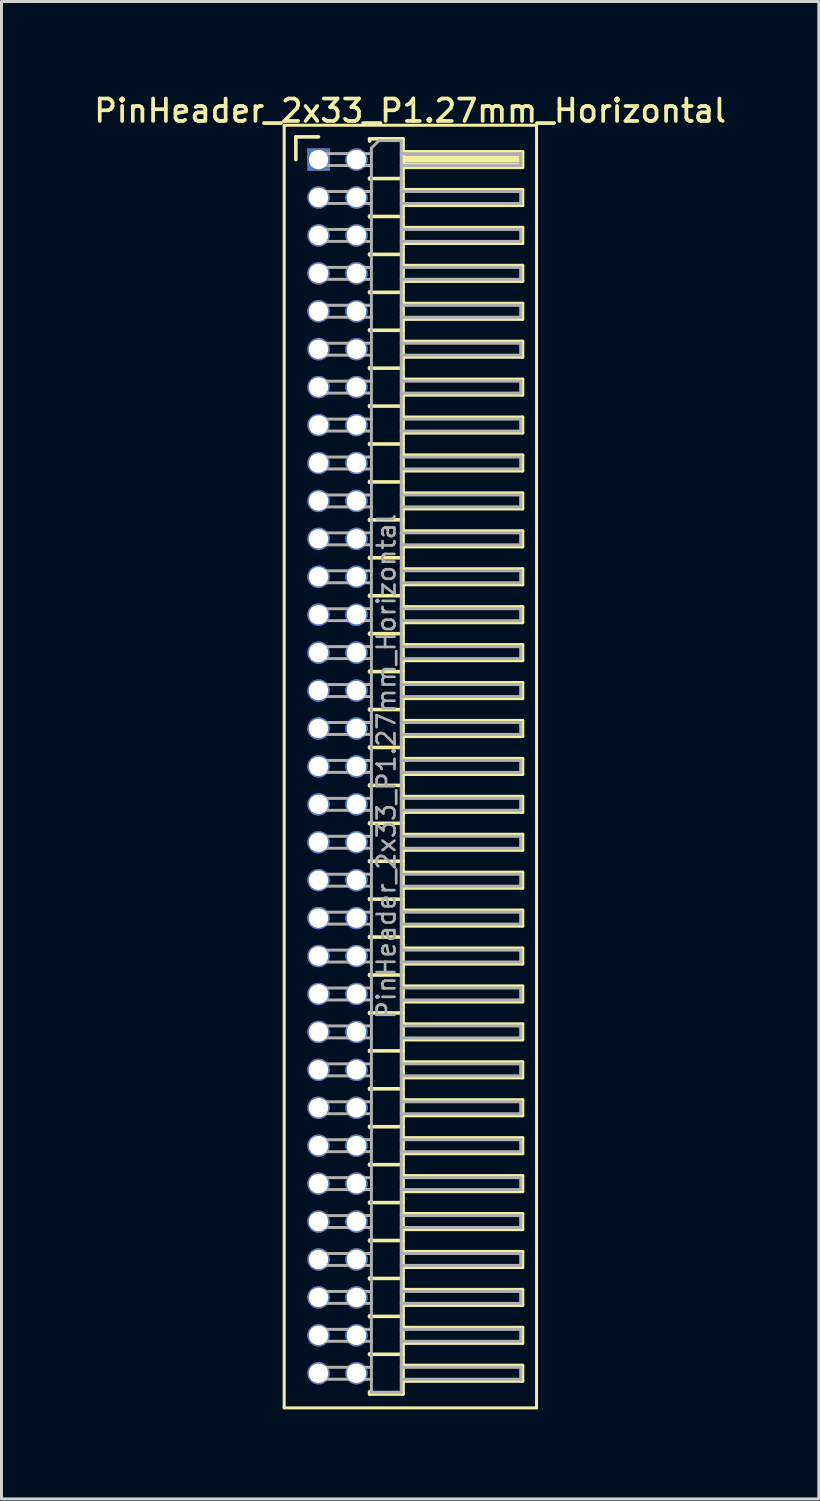
<source format=kicad_pcb>
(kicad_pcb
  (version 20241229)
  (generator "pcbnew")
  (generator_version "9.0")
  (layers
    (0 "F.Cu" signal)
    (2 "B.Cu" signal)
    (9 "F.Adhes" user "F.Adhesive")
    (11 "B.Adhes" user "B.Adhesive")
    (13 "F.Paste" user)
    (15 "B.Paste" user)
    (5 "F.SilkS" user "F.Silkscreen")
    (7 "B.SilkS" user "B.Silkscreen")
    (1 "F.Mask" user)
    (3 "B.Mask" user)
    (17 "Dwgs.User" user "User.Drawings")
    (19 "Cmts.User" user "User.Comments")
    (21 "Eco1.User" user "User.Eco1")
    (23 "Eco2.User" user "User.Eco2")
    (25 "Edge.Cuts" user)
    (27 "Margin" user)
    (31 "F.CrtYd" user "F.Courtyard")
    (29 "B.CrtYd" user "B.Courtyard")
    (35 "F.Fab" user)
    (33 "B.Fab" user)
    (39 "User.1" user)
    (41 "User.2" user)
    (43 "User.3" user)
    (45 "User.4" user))
  (footprint "PinHeader_2x33_P1.27mm_Horizontal"
    (layer "F.Cu")
    (at 7.616 2.293)
    (property "Reference" "PinHeader_2x33_P1.27mm_Horizontal" (at 3.067 -1.635 0) (layer "F.SilkS") (effects (font (size 0.75 0.75) (thickness 0.125))))
    (attr through_hole)
    (fp_line (start -1.15 -1.15) (end -1.15 41.8) (stroke (width 0.1) (type solid)) (layer "F.SilkS"))
    (fp_line (start -1.15 41.8) (end 7.3 41.8) (stroke (width 0.1) (type solid)) (layer "F.SilkS"))
    (fp_line (start -0.76 -0.76) (end 0 -0.76) (stroke (width 0.12) (type solid)) (layer "F.SilkS"))
    (fp_line (start -0.76 0) (end -0.76 -0.76) (stroke (width 0.12) (type solid)) (layer "F.SilkS"))
    (fp_line (start 1.71 -0.695) (end 2.83 -0.695) (stroke (width 0.12) (type solid)) (layer "F.SilkS"))
    (fp_line (start 1.71 -0.62) (end 1.71 -0.695) (stroke (width 0.12) (type solid)) (layer "F.SilkS"))
    (fp_line (start 1.71 0.62) (end 1.71 0.65) (stroke (width 0.12) (type solid)) (layer "F.SilkS"))
    (fp_line (start 1.71 0.635) (end 2.83 0.635) (stroke (width 0.12) (type solid)) (layer "F.SilkS"))
    (fp_line (start 1.71 1.89) (end 1.71 1.92) (stroke (width 0.12) (type solid)) (layer "F.SilkS"))
    (fp_line (start 1.71 1.905) (end 2.83 1.905) (stroke (width 0.12) (type solid)) (layer "F.SilkS"))
    (fp_line (start 1.71 3.16) (end 1.71 3.19) (stroke (width 0.12) (type solid)) (layer "F.SilkS"))
    (fp_line (start 1.71 3.175) (end 2.83 3.175) (stroke (width 0.12) (type solid)) (layer "F.SilkS"))
    (fp_line (start 1.71 4.43) (end 1.71 4.46) (stroke (width 0.12) (type solid)) (layer "F.SilkS"))
    (fp_line (start 1.71 4.445) (end 2.83 4.445) (stroke (width 0.12) (type solid)) (layer "F.SilkS"))
    (fp_line (start 1.71 5.7) (end 1.71 5.73) (stroke (width 0.12) (type solid)) (layer "F.SilkS"))
    (fp_line (start 1.71 5.715) (end 2.83 5.715) (stroke (width 0.12) (type solid)) (layer "F.SilkS"))
    (fp_line (start 1.71 6.97) (end 1.71 7) (stroke (width 0.12) (type solid)) (layer "F.SilkS"))
    (fp_line (start 1.71 6.985) (end 2.83 6.985) (stroke (width 0.12) (type solid)) (layer "F.SilkS"))
    (fp_line (start 1.71 8.24) (end 1.71 8.27) (stroke (width 0.12) (type solid)) (layer "F.SilkS"))
    (fp_line (start 1.71 8.255) (end 2.83 8.255) (stroke (width 0.12) (type solid)) (layer "F.SilkS"))
    (fp_line (start 1.71 9.51) (end 1.71 9.54) (stroke (width 0.12) (type solid)) (layer "F.SilkS"))
    (fp_line (start 1.71 9.525) (end 2.83 9.525) (stroke (width 0.12) (type solid)) (layer "F.SilkS"))
    (fp_line (start 1.71 10.78) (end 1.71 10.81) (stroke (width 0.12) (type solid)) (layer "F.SilkS"))
    (fp_line (start 1.71 10.795) (end 2.83 10.795) (stroke (width 0.12) (type solid)) (layer "F.SilkS"))
    (fp_line (start 1.71 12.05) (end 1.71 12.08) (stroke (width 0.12) (type solid)) (layer "F.SilkS"))
    (fp_line (start 1.71 12.065) (end 2.83 12.065) (stroke (width 0.12) (type solid)) (layer "F.SilkS"))
    (fp_line (start 1.71 13.32) (end 1.71 13.35) (stroke (width 0.12) (type solid)) (layer "F.SilkS"))
    (fp_line (start 1.71 13.335) (end 2.83 13.335) (stroke (width 0.12) (type solid)) (layer "F.SilkS"))
    (fp_line (start 1.71 14.59) (end 1.71 14.62) (stroke (width 0.12) (type solid)) (layer "F.SilkS"))
    (fp_line (start 1.71 14.605) (end 2.83 14.605) (stroke (width 0.12) (type solid)) (layer "F.SilkS"))
    (fp_line (start 1.71 15.86) (end 1.71 15.89) (stroke (width 0.12) (type solid)) (layer "F.SilkS"))
    (fp_line (start 1.71 15.875) (end 2.83 15.875) (stroke (width 0.12) (type solid)) (layer "F.SilkS"))
    (fp_line (start 1.71 17.13) (end 1.71 17.16) (stroke (width 0.12) (type solid)) (layer "F.SilkS"))
    (fp_line (start 1.71 17.145) (end 2.83 17.145) (stroke (width 0.12) (type solid)) (layer "F.SilkS"))
    (fp_line (start 1.71 18.4) (end 1.71 18.43) (stroke (width 0.12) (type solid)) (layer "F.SilkS"))
    (fp_line (start 1.71 18.415) (end 2.83 18.415) (stroke (width 0.12) (type solid)) (layer "F.SilkS"))
    (fp_line (start 1.71 19.67) (end 1.71 19.7) (stroke (width 0.12) (type solid)) (layer "F.SilkS"))
    (fp_line (start 1.71 19.685) (end 2.83 19.685) (stroke (width 0.12) (type solid)) (layer "F.SilkS"))
    (fp_line (start 1.71 20.94) (end 1.71 20.97) (stroke (width 0.12) (type solid)) (layer "F.SilkS"))
    (fp_line (start 1.71 20.955) (end 2.83 20.955) (stroke (width 0.12) (type solid)) (layer "F.SilkS"))
    (fp_line (start 1.71 22.21) (end 1.71 22.24) (stroke (width 0.12) (type solid)) (layer "F.SilkS"))
    (fp_line (start 1.71 22.225) (end 2.83 22.225) (stroke (width 0.12) (type solid)) (layer "F.SilkS"))
    (fp_line (start 1.71 23.48) (end 1.71 23.51) (stroke (width 0.12) (type solid)) (layer "F.SilkS"))
    (fp_line (start 1.71 23.495) (end 2.83 23.495) (stroke (width 0.12) (type solid)) (layer "F.SilkS"))
    (fp_line (start 1.71 24.75) (end 1.71 24.78) (stroke (width 0.12) (type solid)) (layer "F.SilkS"))
    (fp_line (start 1.71 24.765) (end 2.83 24.765) (stroke (width 0.12) (type solid)) (layer "F.SilkS"))
    (fp_line (start 1.71 26.02) (end 1.71 26.05) (stroke (width 0.12) (type solid)) (layer "F.SilkS"))
    (fp_line (start 1.71 26.035) (end 2.83 26.035) (stroke (width 0.12) (type solid)) (layer "F.SilkS"))
    (fp_line (start 1.71 27.29) (end 1.71 27.32) (stroke (width 0.12) (type solid)) (layer "F.SilkS"))
    (fp_line (start 1.71 27.305) (end 2.83 27.305) (stroke (width 0.12) (type solid)) (layer "F.SilkS"))
    (fp_line (start 1.71 28.56) (end 1.71 28.59) (stroke (width 0.12) (type solid)) (layer "F.SilkS"))
    (fp_line (start 1.71 28.575) (end 2.83 28.575) (stroke (width 0.12) (type solid)) (layer "F.SilkS"))
    (fp_line (start 1.71 29.83) (end 1.71 29.86) (stroke (width 0.12) (type solid)) (layer "F.SilkS"))
    (fp_line (start 1.71 29.845) (end 2.83 29.845) (stroke (width 0.12) (type solid)) (layer "F.SilkS"))
    (fp_line (start 1.71 31.1) (end 1.71 31.13) (stroke (width 0.12) (type solid)) (layer "F.SilkS"))
    (fp_line (start 1.71 31.115) (end 2.83 31.115) (stroke (width 0.12) (type solid)) (layer "F.SilkS"))
    (fp_line (start 1.71 32.37) (end 1.71 32.4) (stroke (width 0.12) (type solid)) (layer "F.SilkS"))
    (fp_line (start 1.71 32.385) (end 2.83 32.385) (stroke (width 0.12) (type solid)) (layer "F.SilkS"))
    (fp_line (start 1.71 33.64) (end 1.71 33.67) (stroke (width 0.12) (type solid)) (layer "F.SilkS"))
    (fp_line (start 1.71 33.655) (end 2.83 33.655) (stroke (width 0.12) (type solid)) (layer "F.SilkS"))
    (fp_line (start 1.71 34.91) (end 1.71 34.94) (stroke (width 0.12) (type solid)) (layer "F.SilkS"))
    (fp_line (start 1.71 34.925) (end 2.83 34.925) (stroke (width 0.12) (type solid)) (layer "F.SilkS"))
    (fp_line (start 1.71 36.18) (end 1.71 36.21) (stroke (width 0.12) (type solid)) (layer "F.SilkS"))
    (fp_line (start 1.71 36.195) (end 2.83 36.195) (stroke (width 0.12) (type solid)) (layer "F.SilkS"))
    (fp_line (start 1.71 37.45) (end 1.71 37.48) (stroke (width 0.12) (type solid)) (layer "F.SilkS"))
    (fp_line (start 1.71 37.465) (end 2.83 37.465) (stroke (width 0.12) (type solid)) (layer "F.SilkS"))
    (fp_line (start 1.71 38.72) (end 1.71 38.75) (stroke (width 0.12) (type solid)) (layer "F.SilkS"))
    (fp_line (start 1.71 38.735) (end 2.83 38.735) (stroke (width 0.12) (type solid)) (layer "F.SilkS"))
    (fp_line (start 1.71 39.99) (end 1.71 40.02) (stroke (width 0.12) (type solid)) (layer "F.SilkS"))
    (fp_line (start 1.71 40.005) (end 2.83 40.005) (stroke (width 0.12) (type solid)) (layer "F.SilkS"))
    (fp_line (start 1.71 41.335) (end 1.71 41.26) (stroke (width 0.12) (type solid)) (layer "F.SilkS"))
    (fp_line (start 2.83 -0.695) (end 2.83 41.335) (stroke (width 0.12) (type solid)) (layer "F.SilkS"))
    (fp_line (start 2.83 -0.26) (end 6.83 -0.26) (stroke (width 0.12) (type solid)) (layer "F.SilkS"))
    (fp_line (start 2.83 -0.2) (end 6.83 -0.2) (stroke (width 0.12) (type solid)) (layer "F.SilkS"))
    (fp_line (start 2.83 -0.08) (end 6.83 -0.08) (stroke (width 0.12) (type solid)) (layer "F.SilkS"))
    (fp_line (start 2.83 0.04) (end 6.83 0.04) (stroke (width 0.12) (type solid)) (layer "F.SilkS"))
    (fp_line (start 2.83 0.16) (end 6.83 0.16) (stroke (width 0.12) (type solid)) (layer "F.SilkS"))
    (fp_line (start 2.83 1.01) (end 6.83 1.01) (stroke (width 0.12) (type solid)) (layer "F.SilkS"))
    (fp_line (start 2.83 2.28) (end 6.83 2.28) (stroke (width 0.12) (type solid)) (layer "F.SilkS"))
    (fp_line (start 2.83 3.55) (end 6.83 3.55) (stroke (width 0.12) (type solid)) (layer "F.SilkS"))
    (fp_line (start 2.83 4.82) (end 6.83 4.82) (stroke (width 0.12) (type solid)) (layer "F.SilkS"))
    (fp_line (start 2.83 6.09) (end 6.83 6.09) (stroke (width 0.12) (type solid)) (layer "F.SilkS"))
    (fp_line (start 2.83 7.36) (end 6.83 7.36) (stroke (width 0.12) (type solid)) (layer "F.SilkS"))
    (fp_line (start 2.83 8.63) (end 6.83 8.63) (stroke (width 0.12) (type solid)) (layer "F.SilkS"))
    (fp_line (start 2.83 9.9) (end 6.83 9.9) (stroke (width 0.12) (type solid)) (layer "F.SilkS"))
    (fp_line (start 2.83 11.17) (end 6.83 11.17) (stroke (width 0.12) (type solid)) (layer "F.SilkS"))
    (fp_line (start 2.83 12.44) (end 6.83 12.44) (stroke (width 0.12) (type solid)) (layer "F.SilkS"))
    (fp_line (start 2.83 13.71) (end 6.83 13.71) (stroke (width 0.12) (type solid)) (layer "F.SilkS"))
    (fp_line (start 2.83 14.98) (end 6.83 14.98) (stroke (width 0.12) (type solid)) (layer "F.SilkS"))
    (fp_line (start 2.83 16.25) (end 6.83 16.25) (stroke (width 0.12) (type solid)) (layer "F.SilkS"))
    (fp_line (start 2.83 17.52) (end 6.83 17.52) (stroke (width 0.12) (type solid)) (layer "F.SilkS"))
    (fp_line (start 2.83 18.79) (end 6.83 18.79) (stroke (width 0.12) (type solid)) (layer "F.SilkS"))
    (fp_line (start 2.83 20.06) (end 6.83 20.06) (stroke (width 0.12) (type solid)) (layer "F.SilkS"))
    (fp_line (start 2.83 21.33) (end 6.83 21.33) (stroke (width 0.12) (type solid)) (layer "F.SilkS"))
    (fp_line (start 2.83 22.6) (end 6.83 22.6) (stroke (width 0.12) (type solid)) (layer "F.SilkS"))
    (fp_line (start 2.83 23.87) (end 6.83 23.87) (stroke (width 0.12) (type solid)) (layer "F.SilkS"))
    (fp_line (start 2.83 25.14) (end 6.83 25.14) (stroke (width 0.12) (type solid)) (layer "F.SilkS"))
    (fp_line (start 2.83 26.41) (end 6.83 26.41) (stroke (width 0.12) (type solid)) (layer "F.SilkS"))
    (fp_line (start 2.83 27.68) (end 6.83 27.68) (stroke (width 0.12) (type solid)) (layer "F.SilkS"))
    (fp_line (start 2.83 28.95) (end 6.83 28.95) (stroke (width 0.12) (type solid)) (layer "F.SilkS"))
    (fp_line (start 2.83 30.22) (end 6.83 30.22) (stroke (width 0.12) (type solid)) (layer "F.SilkS"))
    (fp_line (start 2.83 31.49) (end 6.83 31.49) (stroke (width 0.12) (type solid)) (layer "F.SilkS"))
    (fp_line (start 2.83 32.76) (end 6.83 32.76) (stroke (width 0.12) (type solid)) (layer "F.SilkS"))
    (fp_line (start 2.83 34.03) (end 6.83 34.03) (stroke (width 0.12) (type solid)) (layer "F.SilkS"))
    (fp_line (start 2.83 35.3) (end 6.83 35.3) (stroke (width 0.12) (type solid)) (layer "F.SilkS"))
    (fp_line (start 2.83 36.57) (end 6.83 36.57) (stroke (width 0.12) (type solid)) (layer "F.SilkS"))
    (fp_line (start 2.83 37.84) (end 6.83 37.84) (stroke (width 0.12) (type solid)) (layer "F.SilkS"))
    (fp_line (start 2.83 39.11) (end 6.83 39.11) (stroke (width 0.12) (type solid)) (layer "F.SilkS"))
    (fp_line (start 2.83 40.38) (end 6.83 40.38) (stroke (width 0.12) (type solid)) (layer "F.SilkS"))
    (fp_line (start 2.83 41.335) (end 1.71 41.335) (stroke (width 0.12) (type solid)) (layer "F.SilkS"))
    (fp_line (start 6.83 -0.26) (end 6.83 0.26) (stroke (width 0.12) (type solid)) (layer "F.SilkS"))
    (fp_line (start 6.83 0.26) (end 2.83 0.26) (stroke (width 0.12) (type solid)) (layer "F.SilkS"))
    (fp_line (start 6.83 1.01) (end 6.83 1.53) (stroke (width 0.12) (type solid)) (layer "F.SilkS"))
    (fp_line (start 6.83 1.53) (end 2.83 1.53) (stroke (width 0.12) (type solid)) (layer "F.SilkS"))
    (fp_line (start 6.83 2.28) (end 6.83 2.8) (stroke (width 0.12) (type solid)) (layer "F.SilkS"))
    (fp_line (start 6.83 2.8) (end 2.83 2.8) (stroke (width 0.12) (type solid)) (layer "F.SilkS"))
    (fp_line (start 6.83 3.55) (end 6.83 4.07) (stroke (width 0.12) (type solid)) (layer "F.SilkS"))
    (fp_line (start 6.83 4.07) (end 2.83 4.07) (stroke (width 0.12) (type solid)) (layer "F.SilkS"))
    (fp_line (start 6.83 4.82) (end 6.83 5.34) (stroke (width 0.12) (type solid)) (layer "F.SilkS"))
    (fp_line (start 6.83 5.34) (end 2.83 5.34) (stroke (width 0.12) (type solid)) (layer "F.SilkS"))
    (fp_line (start 6.83 6.09) (end 6.83 6.61) (stroke (width 0.12) (type solid)) (layer "F.SilkS"))
    (fp_line (start 6.83 6.61) (end 2.83 6.61) (stroke (width 0.12) (type solid)) (layer "F.SilkS"))
    (fp_line (start 6.83 7.36) (end 6.83 7.88) (stroke (width 0.12) (type solid)) (layer "F.SilkS"))
    (fp_line (start 6.83 7.88) (end 2.83 7.88) (stroke (width 0.12) (type solid)) (layer "F.SilkS"))
    (fp_line (start 6.83 8.63) (end 6.83 9.15) (stroke (width 0.12) (type solid)) (layer "F.SilkS"))
    (fp_line (start 6.83 9.15) (end 2.83 9.15) (stroke (width 0.12) (type solid)) (layer "F.SilkS"))
    (fp_line (start 6.83 9.9) (end 6.83 10.42) (stroke (width 0.12) (type solid)) (layer "F.SilkS"))
    (fp_line (start 6.83 10.42) (end 2.83 10.42) (stroke (width 0.12) (type solid)) (layer "F.SilkS"))
    (fp_line (start 6.83 11.17) (end 6.83 11.69) (stroke (width 0.12) (type solid)) (layer "F.SilkS"))
    (fp_line (start 6.83 11.69) (end 2.83 11.69) (stroke (width 0.12) (type solid)) (layer "F.SilkS"))
    (fp_line (start 6.83 12.44) (end 6.83 12.96) (stroke (width 0.12) (type solid)) (layer "F.SilkS"))
    (fp_line (start 6.83 12.96) (end 2.83 12.96) (stroke (width 0.12) (type solid)) (layer "F.SilkS"))
    (fp_line (start 6.83 13.71) (end 6.83 14.23) (stroke (width 0.12) (type solid)) (layer "F.SilkS"))
    (fp_line (start 6.83 14.23) (end 2.83 14.23) (stroke (width 0.12) (type solid)) (layer "F.SilkS"))
    (fp_line (start 6.83 14.98) (end 6.83 15.5) (stroke (width 0.12) (type solid)) (layer "F.SilkS"))
    (fp_line (start 6.83 15.5) (end 2.83 15.5) (stroke (width 0.12) (type solid)) (layer "F.SilkS"))
    (fp_line (start 6.83 16.25) (end 6.83 16.77) (stroke (width 0.12) (type solid)) (layer "F.SilkS"))
    (fp_line (start 6.83 16.77) (end 2.83 16.77) (stroke (width 0.12) (type solid)) (layer "F.SilkS"))
    (fp_line (start 6.83 17.52) (end 6.83 18.04) (stroke (width 0.12) (type solid)) (layer "F.SilkS"))
    (fp_line (start 6.83 18.04) (end 2.83 18.04) (stroke (width 0.12) (type solid)) (layer "F.SilkS"))
    (fp_line (start 6.83 18.79) (end 6.83 19.31) (stroke (width 0.12) (type solid)) (layer "F.SilkS"))
    (fp_line (start 6.83 19.31) (end 2.83 19.31) (stroke (width 0.12) (type solid)) (layer "F.SilkS"))
    (fp_line (start 6.83 20.06) (end 6.83 20.58) (stroke (width 0.12) (type solid)) (layer "F.SilkS"))
    (fp_line (start 6.83 20.58) (end 2.83 20.58) (stroke (width 0.12) (type solid)) (layer "F.SilkS"))
    (fp_line (start 6.83 21.33) (end 6.83 21.85) (stroke (width 0.12) (type solid)) (layer "F.SilkS"))
    (fp_line (start 6.83 21.85) (end 2.83 21.85) (stroke (width 0.12) (type solid)) (layer "F.SilkS"))
    (fp_line (start 6.83 22.6) (end 6.83 23.12) (stroke (width 0.12) (type solid)) (layer "F.SilkS"))
    (fp_line (start 6.83 23.12) (end 2.83 23.12) (stroke (width 0.12) (type solid)) (layer "F.SilkS"))
    (fp_line (start 6.83 23.87) (end 6.83 24.39) (stroke (width 0.12) (type solid)) (layer "F.SilkS"))
    (fp_line (start 6.83 24.39) (end 2.83 24.39) (stroke (width 0.12) (type solid)) (layer "F.SilkS"))
    (fp_line (start 6.83 25.14) (end 6.83 25.66) (stroke (width 0.12) (type solid)) (layer "F.SilkS"))
    (fp_line (start 6.83 25.66) (end 2.83 25.66) (stroke (width 0.12) (type solid)) (layer "F.SilkS"))
    (fp_line (start 6.83 26.41) (end 6.83 26.93) (stroke (width 0.12) (type solid)) (layer "F.SilkS"))
    (fp_line (start 6.83 26.93) (end 2.83 26.93) (stroke (width 0.12) (type solid)) (layer "F.SilkS"))
    (fp_line (start 6.83 27.68) (end 6.83 28.2) (stroke (width 0.12) (type solid)) (layer "F.SilkS"))
    (fp_line (start 6.83 28.2) (end 2.83 28.2) (stroke (width 0.12) (type solid)) (layer "F.SilkS"))
    (fp_line (start 6.83 28.95) (end 6.83 29.47) (stroke (width 0.12) (type solid)) (layer "F.SilkS"))
    (fp_line (start 6.83 29.47) (end 2.83 29.47) (stroke (width 0.12) (type solid)) (layer "F.SilkS"))
    (fp_line (start 6.83 30.22) (end 6.83 30.74) (stroke (width 0.12) (type solid)) (layer "F.SilkS"))
    (fp_line (start 6.83 30.74) (end 2.83 30.74) (stroke (width 0.12) (type solid)) (layer "F.SilkS"))
    (fp_line (start 6.83 31.49) (end 6.83 32.01) (stroke (width 0.12) (type solid)) (layer "F.SilkS"))
    (fp_line (start 6.83 32.01) (end 2.83 32.01) (stroke (width 0.12) (type solid)) (layer "F.SilkS"))
    (fp_line (start 6.83 32.76) (end 6.83 33.28) (stroke (width 0.12) (type solid)) (layer "F.SilkS"))
    (fp_line (start 6.83 33.28) (end 2.83 33.28) (stroke (width 0.12) (type solid)) (layer "F.SilkS"))
    (fp_line (start 6.83 34.03) (end 6.83 34.55) (stroke (width 0.12) (type solid)) (layer "F.SilkS"))
    (fp_line (start 6.83 34.55) (end 2.83 34.55) (stroke (width 0.12) (type solid)) (layer "F.SilkS"))
    (fp_line (start 6.83 35.3) (end 6.83 35.82) (stroke (width 0.12) (type solid)) (layer "F.SilkS"))
    (fp_line (start 6.83 35.82) (end 2.83 35.82) (stroke (width 0.12) (type solid)) (layer "F.SilkS"))
    (fp_line (start 6.83 36.57) (end 6.83 37.09) (stroke (width 0.12) (type solid)) (layer "F.SilkS"))
    (fp_line (start 6.83 37.09) (end 2.83 37.09) (stroke (width 0.12) (type solid)) (layer "F.SilkS"))
    (fp_line (start 6.83 37.84) (end 6.83 38.36) (stroke (width 0.12) (type solid)) (layer "F.SilkS"))
    (fp_line (start 6.83 38.36) (end 2.83 38.36) (stroke (width 0.12) (type solid)) (layer "F.SilkS"))
    (fp_line (start 6.83 39.11) (end 6.83 39.63) (stroke (width 0.12) (type solid)) (layer "F.SilkS"))
    (fp_line (start 6.83 39.63) (end 2.83 39.63) (stroke (width 0.12) (type solid)) (layer "F.SilkS"))
    (fp_line (start 6.83 40.38) (end 6.83 40.9) (stroke (width 0.12) (type solid)) (layer "F.SilkS"))
    (fp_line (start 6.83 40.9) (end 2.83 40.9) (stroke (width 0.12) (type solid)) (layer "F.SilkS"))
    (fp_line (start 7.3 -1.15) (end -1.15 -1.15) (stroke (width 0.1) (type solid)) (layer "F.SilkS"))
    (fp_line (start 7.3 41.8) (end 7.3 -1.15) (stroke (width 0.1) (type solid)) (layer "F.SilkS"))
    (fp_line (start -0.2 -0.2) (end -0.2 0.2) (stroke (width 0.1) (type solid)) (layer "F.Fab"))
    (fp_line (start -0.2 -0.2) (end 1.77 -0.2) (stroke (width 0.1) (type solid)) (layer "F.Fab"))
    (fp_line (start -0.2 0.2) (end 1.77 0.2) (stroke (width 0.1) (type solid)) (layer "F.Fab"))
    (fp_line (start -0.2 1.07) (end -0.2 1.47) (stroke (width 0.1) (type solid)) (layer "F.Fab"))
    (fp_line (start -0.2 1.07) (end 1.77 1.07) (stroke (width 0.1) (type solid)) (layer "F.Fab"))
    (fp_line (start -0.2 1.47) (end 1.77 1.47) (stroke (width 0.1) (type solid)) (layer "F.Fab"))
    (fp_line (start -0.2 2.34) (end -0.2 2.74) (stroke (width 0.1) (type solid)) (layer "F.Fab"))
    (fp_line (start -0.2 2.34) (end 1.77 2.34) (stroke (width 0.1) (type solid)) (layer "F.Fab"))
    (fp_line (start -0.2 2.74) (end 1.77 2.74) (stroke (width 0.1) (type solid)) (layer "F.Fab"))
    (fp_line (start -0.2 3.61) (end -0.2 4.01) (stroke (width 0.1) (type solid)) (layer "F.Fab"))
    (fp_line (start -0.2 3.61) (end 1.77 3.61) (stroke (width 0.1) (type solid)) (layer "F.Fab"))
    (fp_line (start -0.2 4.01) (end 1.77 4.01) (stroke (width 0.1) (type solid)) (layer "F.Fab"))
    (fp_line (start -0.2 4.88) (end -0.2 5.28) (stroke (width 0.1) (type solid)) (layer "F.Fab"))
    (fp_line (start -0.2 4.88) (end 1.77 4.88) (stroke (width 0.1) (type solid)) (layer "F.Fab"))
    (fp_line (start -0.2 5.28) (end 1.77 5.28) (stroke (width 0.1) (type solid)) (layer "F.Fab"))
    (fp_line (start -0.2 6.15) (end -0.2 6.55) (stroke (width 0.1) (type solid)) (layer "F.Fab"))
    (fp_line (start -0.2 6.15) (end 1.77 6.15) (stroke (width 0.1) (type solid)) (layer "F.Fab"))
    (fp_line (start -0.2 6.55) (end 1.77 6.55) (stroke (width 0.1) (type solid)) (layer "F.Fab"))
    (fp_line (start -0.2 7.42) (end -0.2 7.82) (stroke (width 0.1) (type solid)) (layer "F.Fab"))
    (fp_line (start -0.2 7.42) (end 1.77 7.42) (stroke (width 0.1) (type solid)) (layer "F.Fab"))
    (fp_line (start -0.2 7.82) (end 1.77 7.82) (stroke (width 0.1) (type solid)) (layer "F.Fab"))
    (fp_line (start -0.2 8.69) (end -0.2 9.09) (stroke (width 0.1) (type solid)) (layer "F.Fab"))
    (fp_line (start -0.2 8.69) (end 1.77 8.69) (stroke (width 0.1) (type solid)) (layer "F.Fab"))
    (fp_line (start -0.2 9.09) (end 1.77 9.09) (stroke (width 0.1) (type solid)) (layer "F.Fab"))
    (fp_line (start -0.2 9.96) (end -0.2 10.36) (stroke (width 0.1) (type solid)) (layer "F.Fab"))
    (fp_line (start -0.2 9.96) (end 1.77 9.96) (stroke (width 0.1) (type solid)) (layer "F.Fab"))
    (fp_line (start -0.2 10.36) (end 1.77 10.36) (stroke (width 0.1) (type solid)) (layer "F.Fab"))
    (fp_line (start -0.2 11.23) (end -0.2 11.63) (stroke (width 0.1) (type solid)) (layer "F.Fab"))
    (fp_line (start -0.2 11.23) (end 1.77 11.23) (stroke (width 0.1) (type solid)) (layer "F.Fab"))
    (fp_line (start -0.2 11.63) (end 1.77 11.63) (stroke (width 0.1) (type solid)) (layer "F.Fab"))
    (fp_line (start -0.2 12.5) (end -0.2 12.9) (stroke (width 0.1) (type solid)) (layer "F.Fab"))
    (fp_line (start -0.2 12.5) (end 1.77 12.5) (stroke (width 0.1) (type solid)) (layer "F.Fab"))
    (fp_line (start -0.2 12.9) (end 1.77 12.9) (stroke (width 0.1) (type solid)) (layer "F.Fab"))
    (fp_line (start -0.2 13.77) (end -0.2 14.17) (stroke (width 0.1) (type solid)) (layer "F.Fab"))
    (fp_line (start -0.2 13.77) (end 1.77 13.77) (stroke (width 0.1) (type solid)) (layer "F.Fab"))
    (fp_line (start -0.2 14.17) (end 1.77 14.17) (stroke (width 0.1) (type solid)) (layer "F.Fab"))
    (fp_line (start -0.2 15.04) (end -0.2 15.44) (stroke (width 0.1) (type solid)) (layer "F.Fab"))
    (fp_line (start -0.2 15.04) (end 1.77 15.04) (stroke (width 0.1) (type solid)) (layer "F.Fab"))
    (fp_line (start -0.2 15.44) (end 1.77 15.44) (stroke (width 0.1) (type solid)) (layer "F.Fab"))
    (fp_line (start -0.2 16.31) (end -0.2 16.71) (stroke (width 0.1) (type solid)) (layer "F.Fab"))
    (fp_line (start -0.2 16.31) (end 1.77 16.31) (stroke (width 0.1) (type solid)) (layer "F.Fab"))
    (fp_line (start -0.2 16.71) (end 1.77 16.71) (stroke (width 0.1) (type solid)) (layer "F.Fab"))
    (fp_line (start -0.2 17.58) (end -0.2 17.98) (stroke (width 0.1) (type solid)) (layer "F.Fab"))
    (fp_line (start -0.2 17.58) (end 1.77 17.58) (stroke (width 0.1) (type solid)) (layer "F.Fab"))
    (fp_line (start -0.2 17.98) (end 1.77 17.98) (stroke (width 0.1) (type solid)) (layer "F.Fab"))
    (fp_line (start -0.2 18.85) (end -0.2 19.25) (stroke (width 0.1) (type solid)) (layer "F.Fab"))
    (fp_line (start -0.2 18.85) (end 1.77 18.85) (stroke (width 0.1) (type solid)) (layer "F.Fab"))
    (fp_line (start -0.2 19.25) (end 1.77 19.25) (stroke (width 0.1) (type solid)) (layer "F.Fab"))
    (fp_line (start -0.2 20.12) (end -0.2 20.52) (stroke (width 0.1) (type solid)) (layer "F.Fab"))
    (fp_line (start -0.2 20.12) (end 1.77 20.12) (stroke (width 0.1) (type solid)) (layer "F.Fab"))
    (fp_line (start -0.2 20.52) (end 1.77 20.52) (stroke (width 0.1) (type solid)) (layer "F.Fab"))
    (fp_line (start -0.2 21.39) (end -0.2 21.79) (stroke (width 0.1) (type solid)) (layer "F.Fab"))
    (fp_line (start -0.2 21.39) (end 1.77 21.39) (stroke (width 0.1) (type solid)) (layer "F.Fab"))
    (fp_line (start -0.2 21.79) (end 1.77 21.79) (stroke (width 0.1) (type solid)) (layer "F.Fab"))
    (fp_line (start -0.2 22.66) (end -0.2 23.06) (stroke (width 0.1) (type solid)) (layer "F.Fab"))
    (fp_line (start -0.2 22.66) (end 1.77 22.66) (stroke (width 0.1) (type solid)) (layer "F.Fab"))
    (fp_line (start -0.2 23.06) (end 1.77 23.06) (stroke (width 0.1) (type solid)) (layer "F.Fab"))
    (fp_line (start -0.2 23.93) (end -0.2 24.33) (stroke (width 0.1) (type solid)) (layer "F.Fab"))
    (fp_line (start -0.2 23.93) (end 1.77 23.93) (stroke (width 0.1) (type solid)) (layer "F.Fab"))
    (fp_line (start -0.2 24.33) (end 1.77 24.33) (stroke (width 0.1) (type solid)) (layer "F.Fab"))
    (fp_line (start -0.2 25.2) (end -0.2 25.6) (stroke (width 0.1) (type solid)) (layer "F.Fab"))
    (fp_line (start -0.2 25.2) (end 1.77 25.2) (stroke (width 0.1) (type solid)) (layer "F.Fab"))
    (fp_line (start -0.2 25.6) (end 1.77 25.6) (stroke (width 0.1) (type solid)) (layer "F.Fab"))
    (fp_line (start -0.2 26.47) (end -0.2 26.87) (stroke (width 0.1) (type solid)) (layer "F.Fab"))
    (fp_line (start -0.2 26.47) (end 1.77 26.47) (stroke (width 0.1) (type solid)) (layer "F.Fab"))
    (fp_line (start -0.2 26.87) (end 1.77 26.87) (stroke (width 0.1) (type solid)) (layer "F.Fab"))
    (fp_line (start -0.2 27.74) (end -0.2 28.14) (stroke (width 0.1) (type solid)) (layer "F.Fab"))
    (fp_line (start -0.2 27.74) (end 1.77 27.74) (stroke (width 0.1) (type solid)) (layer "F.Fab"))
    (fp_line (start -0.2 28.14) (end 1.77 28.14) (stroke (width 0.1) (type solid)) (layer "F.Fab"))
    (fp_line (start -0.2 29.01) (end -0.2 29.41) (stroke (width 0.1) (type solid)) (layer "F.Fab"))
    (fp_line (start -0.2 29.01) (end 1.77 29.01) (stroke (width 0.1) (type solid)) (layer "F.Fab"))
    (fp_line (start -0.2 29.41) (end 1.77 29.41) (stroke (width 0.1) (type solid)) (layer "F.Fab"))
    (fp_line (start -0.2 30.28) (end -0.2 30.68) (stroke (width 0.1) (type solid)) (layer "F.Fab"))
    (fp_line (start -0.2 30.28) (end 1.77 30.28) (stroke (width 0.1) (type solid)) (layer "F.Fab"))
    (fp_line (start -0.2 30.68) (end 1.77 30.68) (stroke (width 0.1) (type solid)) (layer "F.Fab"))
    (fp_line (start -0.2 31.55) (end -0.2 31.95) (stroke (width 0.1) (type solid)) (layer "F.Fab"))
    (fp_line (start -0.2 31.55) (end 1.77 31.55) (stroke (width 0.1) (type solid)) (layer "F.Fab"))
    (fp_line (start -0.2 31.95) (end 1.77 31.95) (stroke (width 0.1) (type solid)) (layer "F.Fab"))
    (fp_line (start -0.2 32.82) (end -0.2 33.22) (stroke (width 0.1) (type solid)) (layer "F.Fab"))
    (fp_line (start -0.2 32.82) (end 1.77 32.82) (stroke (width 0.1) (type solid)) (layer "F.Fab"))
    (fp_line (start -0.2 33.22) (end 1.77 33.22) (stroke (width 0.1) (type solid)) (layer "F.Fab"))
    (fp_line (start -0.2 34.09) (end -0.2 34.49) (stroke (width 0.1) (type solid)) (layer "F.Fab"))
    (fp_line (start -0.2 34.09) (end 1.77 34.09) (stroke (width 0.1) (type solid)) (layer "F.Fab"))
    (fp_line (start -0.2 34.49) (end 1.77 34.49) (stroke (width 0.1) (type solid)) (layer "F.Fab"))
    (fp_line (start -0.2 35.36) (end -0.2 35.76) (stroke (width 0.1) (type solid)) (layer "F.Fab"))
    (fp_line (start -0.2 35.36) (end 1.77 35.36) (stroke (width 0.1) (type solid)) (layer "F.Fab"))
    (fp_line (start -0.2 35.76) (end 1.77 35.76) (stroke (width 0.1) (type solid)) (layer "F.Fab"))
    (fp_line (start -0.2 36.63) (end -0.2 37.03) (stroke (width 0.1) (type solid)) (layer "F.Fab"))
    (fp_line (start -0.2 36.63) (end 1.77 36.63) (stroke (width 0.1) (type solid)) (layer "F.Fab"))
    (fp_line (start -0.2 37.03) (end 1.77 37.03) (stroke (width 0.1) (type solid)) (layer "F.Fab"))
    (fp_line (start -0.2 37.9) (end -0.2 38.3) (stroke (width 0.1) (type solid)) (layer "F.Fab"))
    (fp_line (start -0.2 37.9) (end 1.77 37.9) (stroke (width 0.1) (type solid)) (layer "F.Fab"))
    (fp_line (start -0.2 38.3) (end 1.77 38.3) (stroke (width 0.1) (type solid)) (layer "F.Fab"))
    (fp_line (start -0.2 39.17) (end -0.2 39.57) (stroke (width 0.1) (type solid)) (layer "F.Fab"))
    (fp_line (start -0.2 39.17) (end 1.77 39.17) (stroke (width 0.1) (type solid)) (layer "F.Fab"))
    (fp_line (start -0.2 39.57) (end 1.77 39.57) (stroke (width 0.1) (type solid)) (layer "F.Fab"))
    (fp_line (start -0.2 40.44) (end -0.2 40.84) (stroke (width 0.1) (type solid)) (layer "F.Fab"))
    (fp_line (start -0.2 40.44) (end 1.77 40.44) (stroke (width 0.1) (type solid)) (layer "F.Fab"))
    (fp_line (start -0.2 40.84) (end 1.77 40.84) (stroke (width 0.1) (type solid)) (layer "F.Fab"))
    (fp_line (start 1.77 -0.385) (end 2.02 -0.635) (stroke (width 0.1) (type solid)) (layer "F.Fab"))
    (fp_line (start 1.77 41.275) (end 1.77 -0.385) (stroke (width 0.1) (type solid)) (layer "F.Fab"))
    (fp_line (start 2.02 -0.635) (end 2.77 -0.635) (stroke (width 0.1) (type solid)) (layer "F.Fab"))
    (fp_line (start 2.77 -0.635) (end 2.77 41.275) (stroke (width 0.1) (type solid)) (layer "F.Fab"))
    (fp_line (start 2.77 -0.2) (end 6.77 -0.2) (stroke (width 0.1) (type solid)) (layer "F.Fab"))
    (fp_line (start 2.77 0.2) (end 6.77 0.2) (stroke (width 0.1) (type solid)) (layer "F.Fab"))
    (fp_line (start 2.77 1.07) (end 6.77 1.07) (stroke (width 0.1) (type solid)) (layer "F.Fab"))
    (fp_line (start 2.77 1.47) (end 6.77 1.47) (stroke (width 0.1) (type solid)) (layer "F.Fab"))
    (fp_line (start 2.77 2.34) (end 6.77 2.34) (stroke (width 0.1) (type solid)) (layer "F.Fab"))
    (fp_line (start 2.77 2.74) (end 6.77 2.74) (stroke (width 0.1) (type solid)) (layer "F.Fab"))
    (fp_line (start 2.77 3.61) (end 6.77 3.61) (stroke (width 0.1) (type solid)) (layer "F.Fab"))
    (fp_line (start 2.77 4.01) (end 6.77 4.01) (stroke (width 0.1) (type solid)) (layer "F.Fab"))
    (fp_line (start 2.77 4.88) (end 6.77 4.88) (stroke (width 0.1) (type solid)) (layer "F.Fab"))
    (fp_line (start 2.77 5.28) (end 6.77 5.28) (stroke (width 0.1) (type solid)) (layer "F.Fab"))
    (fp_line (start 2.77 6.15) (end 6.77 6.15) (stroke (width 0.1) (type solid)) (layer "F.Fab"))
    (fp_line (start 2.77 6.55) (end 6.77 6.55) (stroke (width 0.1) (type solid)) (layer "F.Fab"))
    (fp_line (start 2.77 7.42) (end 6.77 7.42) (stroke (width 0.1) (type solid)) (layer "F.Fab"))
    (fp_line (start 2.77 7.82) (end 6.77 7.82) (stroke (width 0.1) (type solid)) (layer "F.Fab"))
    (fp_line (start 2.77 8.69) (end 6.77 8.69) (stroke (width 0.1) (type solid)) (layer "F.Fab"))
    (fp_line (start 2.77 9.09) (end 6.77 9.09) (stroke (width 0.1) (type solid)) (layer "F.Fab"))
    (fp_line (start 2.77 9.96) (end 6.77 9.96) (stroke (width 0.1) (type solid)) (layer "F.Fab"))
    (fp_line (start 2.77 10.36) (end 6.77 10.36) (stroke (width 0.1) (type solid)) (layer "F.Fab"))
    (fp_line (start 2.77 11.23) (end 6.77 11.23) (stroke (width 0.1) (type solid)) (layer "F.Fab"))
    (fp_line (start 2.77 11.63) (end 6.77 11.63) (stroke (width 0.1) (type solid)) (layer "F.Fab"))
    (fp_line (start 2.77 12.5) (end 6.77 12.5) (stroke (width 0.1) (type solid)) (layer "F.Fab"))
    (fp_line (start 2.77 12.9) (end 6.77 12.9) (stroke (width 0.1) (type solid)) (layer "F.Fab"))
    (fp_line (start 2.77 13.77) (end 6.77 13.77) (stroke (width 0.1) (type solid)) (layer "F.Fab"))
    (fp_line (start 2.77 14.17) (end 6.77 14.17) (stroke (width 0.1) (type solid)) (layer "F.Fab"))
    (fp_line (start 2.77 15.04) (end 6.77 15.04) (stroke (width 0.1) (type solid)) (layer "F.Fab"))
    (fp_line (start 2.77 15.44) (end 6.77 15.44) (stroke (width 0.1) (type solid)) (layer "F.Fab"))
    (fp_line (start 2.77 16.31) (end 6.77 16.31) (stroke (width 0.1) (type solid)) (layer "F.Fab"))
    (fp_line (start 2.77 16.71) (end 6.77 16.71) (stroke (width 0.1) (type solid)) (layer "F.Fab"))
    (fp_line (start 2.77 17.58) (end 6.77 17.58) (stroke (width 0.1) (type solid)) (layer "F.Fab"))
    (fp_line (start 2.77 17.98) (end 6.77 17.98) (stroke (width 0.1) (type solid)) (layer "F.Fab"))
    (fp_line (start 2.77 18.85) (end 6.77 18.85) (stroke (width 0.1) (type solid)) (layer "F.Fab"))
    (fp_line (start 2.77 19.25) (end 6.77 19.25) (stroke (width 0.1) (type solid)) (layer "F.Fab"))
    (fp_line (start 2.77 20.12) (end 6.77 20.12) (stroke (width 0.1) (type solid)) (layer "F.Fab"))
    (fp_line (start 2.77 20.52) (end 6.77 20.52) (stroke (width 0.1) (type solid)) (layer "F.Fab"))
    (fp_line (start 2.77 21.39) (end 6.77 21.39) (stroke (width 0.1) (type solid)) (layer "F.Fab"))
    (fp_line (start 2.77 21.79) (end 6.77 21.79) (stroke (width 0.1) (type solid)) (layer "F.Fab"))
    (fp_line (start 2.77 22.66) (end 6.77 22.66) (stroke (width 0.1) (type solid)) (layer "F.Fab"))
    (fp_line (start 2.77 23.06) (end 6.77 23.06) (stroke (width 0.1) (type solid)) (layer "F.Fab"))
    (fp_line (start 2.77 23.93) (end 6.77 23.93) (stroke (width 0.1) (type solid)) (layer "F.Fab"))
    (fp_line (start 2.77 24.33) (end 6.77 24.33) (stroke (width 0.1) (type solid)) (layer "F.Fab"))
    (fp_line (start 2.77 25.2) (end 6.77 25.2) (stroke (width 0.1) (type solid)) (layer "F.Fab"))
    (fp_line (start 2.77 25.6) (end 6.77 25.6) (stroke (width 0.1) (type solid)) (layer "F.Fab"))
    (fp_line (start 2.77 26.47) (end 6.77 26.47) (stroke (width 0.1) (type solid)) (layer "F.Fab"))
    (fp_line (start 2.77 26.87) (end 6.77 26.87) (stroke (width 0.1) (type solid)) (layer "F.Fab"))
    (fp_line (start 2.77 27.74) (end 6.77 27.74) (stroke (width 0.1) (type solid)) (layer "F.Fab"))
    (fp_line (start 2.77 28.14) (end 6.77 28.14) (stroke (width 0.1) (type solid)) (layer "F.Fab"))
    (fp_line (start 2.77 29.01) (end 6.77 29.01) (stroke (width 0.1) (type solid)) (layer "F.Fab"))
    (fp_line (start 2.77 29.41) (end 6.77 29.41) (stroke (width 0.1) (type solid)) (layer "F.Fab"))
    (fp_line (start 2.77 30.28) (end 6.77 30.28) (stroke (width 0.1) (type solid)) (layer "F.Fab"))
    (fp_line (start 2.77 30.68) (end 6.77 30.68) (stroke (width 0.1) (type solid)) (layer "F.Fab"))
    (fp_line (start 2.77 31.55) (end 6.77 31.55) (stroke (width 0.1) (type solid)) (layer "F.Fab"))
    (fp_line (start 2.77 31.95) (end 6.77 31.95) (stroke (width 0.1) (type solid)) (layer "F.Fab"))
    (fp_line (start 2.77 32.82) (end 6.77 32.82) (stroke (width 0.1) (type solid)) (layer "F.Fab"))
    (fp_line (start 2.77 33.22) (end 6.77 33.22) (stroke (width 0.1) (type solid)) (layer "F.Fab"))
    (fp_line (start 2.77 34.09) (end 6.77 34.09) (stroke (width 0.1) (type solid)) (layer "F.Fab"))
    (fp_line (start 2.77 34.49) (end 6.77 34.49) (stroke (width 0.1) (type solid)) (layer "F.Fab"))
    (fp_line (start 2.77 35.36) (end 6.77 35.36) (stroke (width 0.1) (type solid)) (layer "F.Fab"))
    (fp_line (start 2.77 35.76) (end 6.77 35.76) (stroke (width 0.1) (type solid)) (layer "F.Fab"))
    (fp_line (start 2.77 36.63) (end 6.77 36.63) (stroke (width 0.1) (type solid)) (layer "F.Fab"))
    (fp_line (start 2.77 37.03) (end 6.77 37.03) (stroke (width 0.1) (type solid)) (layer "F.Fab"))
    (fp_line (start 2.77 37.9) (end 6.77 37.9) (stroke (width 0.1) (type solid)) (layer "F.Fab"))
    (fp_line (start 2.77 38.3) (end 6.77 38.3) (stroke (width 0.1) (type solid)) (layer "F.Fab"))
    (fp_line (start 2.77 39.17) (end 6.77 39.17) (stroke (width 0.1) (type solid)) (layer "F.Fab"))
    (fp_line (start 2.77 39.57) (end 6.77 39.57) (stroke (width 0.1) (type solid)) (layer "F.Fab"))
    (fp_line (start 2.77 40.44) (end 6.77 40.44) (stroke (width 0.1) (type solid)) (layer "F.Fab"))
    (fp_line (start 2.77 40.84) (end 6.77 40.84) (stroke (width 0.1) (type solid)) (layer "F.Fab"))
    (fp_line (start 2.77 41.275) (end 1.77 41.275) (stroke (width 0.1) (type solid)) (layer "F.Fab"))
    (fp_line (start 6.77 -0.2) (end 6.77 0.2) (stroke (width 0.1) (type solid)) (layer "F.Fab"))
    (fp_line (start 6.77 1.07) (end 6.77 1.47) (stroke (width 0.1) (type solid)) (layer "F.Fab"))
    (fp_line (start 6.77 2.34) (end 6.77 2.74) (stroke (width 0.1) (type solid)) (layer "F.Fab"))
    (fp_line (start 6.77 3.61) (end 6.77 4.01) (stroke (width 0.1) (type solid)) (layer "F.Fab"))
    (fp_line (start 6.77 4.88) (end 6.77 5.28) (stroke (width 0.1) (type solid)) (layer "F.Fab"))
    (fp_line (start 6.77 6.15) (end 6.77 6.55) (stroke (width 0.1) (type solid)) (layer "F.Fab"))
    (fp_line (start 6.77 7.42) (end 6.77 7.82) (stroke (width 0.1) (type solid)) (layer "F.Fab"))
    (fp_line (start 6.77 8.69) (end 6.77 9.09) (stroke (width 0.1) (type solid)) (layer "F.Fab"))
    (fp_line (start 6.77 9.96) (end 6.77 10.36) (stroke (width 0.1) (type solid)) (layer "F.Fab"))
    (fp_line (start 6.77 11.23) (end 6.77 11.63) (stroke (width 0.1) (type solid)) (layer "F.Fab"))
    (fp_line (start 6.77 12.5) (end 6.77 12.9) (stroke (width 0.1) (type solid)) (layer "F.Fab"))
    (fp_line (start 6.77 13.77) (end 6.77 14.17) (stroke (width 0.1) (type solid)) (layer "F.Fab"))
    (fp_line (start 6.77 15.04) (end 6.77 15.44) (stroke (width 0.1) (type solid)) (layer "F.Fab"))
    (fp_line (start 6.77 16.31) (end 6.77 16.71) (stroke (width 0.1) (type solid)) (layer "F.Fab"))
    (fp_line (start 6.77 17.58) (end 6.77 17.98) (stroke (width 0.1) (type solid)) (layer "F.Fab"))
    (fp_line (start 6.77 18.85) (end 6.77 19.25) (stroke (width 0.1) (type solid)) (layer "F.Fab"))
    (fp_line (start 6.77 20.12) (end 6.77 20.52) (stroke (width 0.1) (type solid)) (layer "F.Fab"))
    (fp_line (start 6.77 21.39) (end 6.77 21.79) (stroke (width 0.1) (type solid)) (layer "F.Fab"))
    (fp_line (start 6.77 22.66) (end 6.77 23.06) (stroke (width 0.1) (type solid)) (layer "F.Fab"))
    (fp_line (start 6.77 23.93) (end 6.77 24.33) (stroke (width 0.1) (type solid)) (layer "F.Fab"))
    (fp_line (start 6.77 25.2) (end 6.77 25.6) (stroke (width 0.1) (type solid)) (layer "F.Fab"))
    (fp_line (start 6.77 26.47) (end 6.77 26.87) (stroke (width 0.1) (type solid)) (layer "F.Fab"))
    (fp_line (start 6.77 27.74) (end 6.77 28.14) (stroke (width 0.1) (type solid)) (layer "F.Fab"))
    (fp_line (start 6.77 29.01) (end 6.77 29.41) (stroke (width 0.1) (type solid)) (layer "F.Fab"))
    (fp_line (start 6.77 30.28) (end 6.77 30.68) (stroke (width 0.1) (type solid)) (layer "F.Fab"))
    (fp_line (start 6.77 31.55) (end 6.77 31.95) (stroke (width 0.1) (type solid)) (layer "F.Fab"))
    (fp_line (start 6.77 32.82) (end 6.77 33.22) (stroke (width 0.1) (type solid)) (layer "F.Fab"))
    (fp_line (start 6.77 34.09) (end 6.77 34.49) (stroke (width 0.1) (type solid)) (layer "F.Fab"))
    (fp_line (start 6.77 35.36) (end 6.77 35.76) (stroke (width 0.1) (type solid)) (layer "F.Fab"))
    (fp_line (start 6.77 36.63) (end 6.77 37.03) (stroke (width 0.1) (type solid)) (layer "F.Fab"))
    (fp_line (start 6.77 37.9) (end 6.77 38.3) (stroke (width 0.1) (type solid)) (layer "F.Fab"))
    (fp_line (start 6.77 39.17) (end 6.77 39.57) (stroke (width 0.1) (type solid)) (layer "F.Fab"))
    (fp_line (start 6.77 40.44) (end 6.77 40.84) (stroke (width 0.1) (type solid)) (layer "F.Fab"))
    (fp_text user "${REFERENCE}" (at 2.27 20.32 90) (layer "F.Fab") (effects (font (size 0.6 0.6) (thickness 0.09))))
    (pad "1" thru_hole rect (at 0 0) (size 0.75 0.75) (drill 0.65) (layers "*.Cu" "*.Mask"))
    (pad "2" thru_hole oval (at 1.27 0) (size 0.75 0.75) (drill 0.65) (layers "*.Cu" "*.Mask"))
    (pad "3" thru_hole oval (at 0 1.27) (size 0.75 0.75) (drill 0.65) (layers "*.Cu" "*.Mask"))
    (pad "4" thru_hole oval (at 1.27 1.27) (size 0.75 0.75) (drill 0.65) (layers "*.Cu" "*.Mask"))
    (pad "5" thru_hole oval (at 0 2.54) (size 0.75 0.75) (drill 0.65) (layers "*.Cu" "*.Mask"))
    (pad "6" thru_hole oval (at 1.27 2.54) (size 0.75 0.75) (drill 0.65) (layers "*.Cu" "*.Mask"))
    (pad "7" thru_hole oval (at 0 3.81) (size 0.75 0.75) (drill 0.65) (layers "*.Cu" "*.Mask"))
    (pad "8" thru_hole oval (at 1.27 3.81) (size 0.75 0.75) (drill 0.65) (layers "*.Cu" "*.Mask"))
    (pad "9" thru_hole oval (at 0 5.08) (size 0.75 0.75) (drill 0.65) (layers "*.Cu" "*.Mask"))
    (pad "10" thru_hole oval (at 1.27 5.08) (size 0.75 0.75) (drill 0.65) (layers "*.Cu" "*.Mask"))
    (pad "11" thru_hole oval (at 0 6.35) (size 0.75 0.75) (drill 0.65) (layers "*.Cu" "*.Mask"))
    (pad "12" thru_hole oval (at 1.27 6.35) (size 0.75 0.75) (drill 0.65) (layers "*.Cu" "*.Mask"))
    (pad "13" thru_hole oval (at 0 7.62) (size 0.75 0.75) (drill 0.65) (layers "*.Cu" "*.Mask"))
    (pad "14" thru_hole oval (at 1.27 7.62) (size 0.75 0.75) (drill 0.65) (layers "*.Cu" "*.Mask"))
    (pad "15" thru_hole oval (at 0 8.89) (size 0.75 0.75) (drill 0.65) (layers "*.Cu" "*.Mask"))
    (pad "16" thru_hole oval (at 1.27 8.89) (size 0.75 0.75) (drill 0.65) (layers "*.Cu" "*.Mask"))
    (pad "17" thru_hole oval (at 0 10.16) (size 0.75 0.75) (drill 0.65) (layers "*.Cu" "*.Mask"))
    (pad "18" thru_hole oval (at 1.27 10.16) (size 0.75 0.75) (drill 0.65) (layers "*.Cu" "*.Mask"))
    (pad "19" thru_hole oval (at 0 11.43) (size 0.75 0.75) (drill 0.65) (layers "*.Cu" "*.Mask"))
    (pad "20" thru_hole oval (at 1.27 11.43) (size 0.75 0.75) (drill 0.65) (layers "*.Cu" "*.Mask"))
    (pad "21" thru_hole oval (at 0 12.7) (size 0.75 0.75) (drill 0.65) (layers "*.Cu" "*.Mask"))
    (pad "22" thru_hole oval (at 1.27 12.7) (size 0.75 0.75) (drill 0.65) (layers "*.Cu" "*.Mask"))
    (pad "23" thru_hole oval (at 0 13.97) (size 0.75 0.75) (drill 0.65) (layers "*.Cu" "*.Mask"))
    (pad "24" thru_hole oval (at 1.27 13.97) (size 0.75 0.75) (drill 0.65) (layers "*.Cu" "*.Mask"))
    (pad "25" thru_hole oval (at 0 15.24) (size 0.75 0.75) (drill 0.65) (layers "*.Cu" "*.Mask"))
    (pad "26" thru_hole oval (at 1.27 15.24) (size 0.75 0.75) (drill 0.65) (layers "*.Cu" "*.Mask"))
    (pad "27" thru_hole oval (at 0 16.51) (size 0.75 0.75) (drill 0.65) (layers "*.Cu" "*.Mask"))
    (pad "28" thru_hole oval (at 1.27 16.51) (size 0.75 0.75) (drill 0.65) (layers "*.Cu" "*.Mask"))
    (pad "29" thru_hole oval (at 0 17.78) (size 0.75 0.75) (drill 0.65) (layers "*.Cu" "*.Mask"))
    (pad "30" thru_hole oval (at 1.27 17.78) (size 0.75 0.75) (drill 0.65) (layers "*.Cu" "*.Mask"))
    (pad "31" thru_hole oval (at 0 19.05) (size 0.75 0.75) (drill 0.65) (layers "*.Cu" "*.Mask"))
    (pad "32" thru_hole oval (at 1.27 19.05) (size 0.75 0.75) (drill 0.65) (layers "*.Cu" "*.Mask"))
    (pad "33" thru_hole oval (at 0 20.32) (size 0.75 0.75) (drill 0.65) (layers "*.Cu" "*.Mask"))
    (pad "34" thru_hole oval (at 1.27 20.32) (size 0.75 0.75) (drill 0.65) (layers "*.Cu" "*.Mask"))
    (pad "35" thru_hole oval (at 0 21.59) (size 0.75 0.75) (drill 0.65) (layers "*.Cu" "*.Mask"))
    (pad "36" thru_hole oval (at 1.27 21.59) (size 0.75 0.75) (drill 0.65) (layers "*.Cu" "*.Mask"))
    (pad "37" thru_hole oval (at 0 22.86) (size 0.75 0.75) (drill 0.65) (layers "*.Cu" "*.Mask"))
    (pad "38" thru_hole oval (at 1.27 22.86) (size 0.75 0.75) (drill 0.65) (layers "*.Cu" "*.Mask"))
    (pad "39" thru_hole oval (at 0 24.13) (size 0.75 0.75) (drill 0.65) (layers "*.Cu" "*.Mask"))
    (pad "40" thru_hole oval (at 1.27 24.13) (size 0.75 0.75) (drill 0.65) (layers "*.Cu" "*.Mask"))
    (pad "41" thru_hole oval (at 0 25.4) (size 0.75 0.75) (drill 0.65) (layers "*.Cu" "*.Mask"))
    (pad "42" thru_hole oval (at 1.27 25.4) (size 0.75 0.75) (drill 0.65) (layers "*.Cu" "*.Mask"))
    (pad "43" thru_hole oval (at 0 26.67) (size 0.75 0.75) (drill 0.65) (layers "*.Cu" "*.Mask"))
    (pad "44" thru_hole oval (at 1.27 26.67) (size 0.75 0.75) (drill 0.65) (layers "*.Cu" "*.Mask"))
    (pad "45" thru_hole oval (at 0 27.94) (size 0.75 0.75) (drill 0.65) (layers "*.Cu" "*.Mask"))
    (pad "46" thru_hole oval (at 1.27 27.94) (size 0.75 0.75) (drill 0.65) (layers "*.Cu" "*.Mask"))
    (pad "47" thru_hole oval (at 0 29.21) (size 0.75 0.75) (drill 0.65) (layers "*.Cu" "*.Mask"))
    (pad "48" thru_hole oval (at 1.27 29.21) (size 0.75 0.75) (drill 0.65) (layers "*.Cu" "*.Mask"))
    (pad "49" thru_hole oval (at 0 30.48) (size 0.75 0.75) (drill 0.65) (layers "*.Cu" "*.Mask"))
    (pad "50" thru_hole oval (at 1.27 30.48) (size 0.75 0.75) (drill 0.65) (layers "*.Cu" "*.Mask"))
    (pad "51" thru_hole oval (at 0 31.75) (size 0.75 0.75) (drill 0.65) (layers "*.Cu" "*.Mask"))
    (pad "52" thru_hole oval (at 1.27 31.75) (size 0.75 0.75) (drill 0.65) (layers "*.Cu" "*.Mask"))
    (pad "53" thru_hole oval (at 0 33.02) (size 0.75 0.75) (drill 0.65) (layers "*.Cu" "*.Mask"))
    (pad "54" thru_hole oval (at 1.27 33.02) (size 0.75 0.75) (drill 0.65) (layers "*.Cu" "*.Mask"))
    (pad "55" thru_hole oval (at 0 34.29) (size 0.75 0.75) (drill 0.65) (layers "*.Cu" "*.Mask"))
    (pad "56" thru_hole oval (at 1.27 34.29) (size 0.75 0.75) (drill 0.65) (layers "*.Cu" "*.Mask"))
    (pad "57" thru_hole oval (at 0 35.56) (size 0.75 0.75) (drill 0.65) (layers "*.Cu" "*.Mask"))
    (pad "58" thru_hole oval (at 1.27 35.56) (size 0.75 0.75) (drill 0.65) (layers "*.Cu" "*.Mask"))
    (pad "59" thru_hole oval (at 0 36.83) (size 0.75 0.75) (drill 0.65) (layers "*.Cu" "*.Mask"))
    (pad "60" thru_hole oval (at 1.27 36.83) (size 0.75 0.75) (drill 0.65) (layers "*.Cu" "*.Mask"))
    (pad "61" thru_hole oval (at 0 38.1) (size 0.75 0.75) (drill 0.65) (layers "*.Cu" "*.Mask"))
    (pad "62" thru_hole oval (at 1.27 38.1) (size 0.75 0.75) (drill 0.65) (layers "*.Cu" "*.Mask"))
    (pad "63" thru_hole oval (at 0 39.37) (size 0.75 0.75) (drill 0.65) (layers "*.Cu" "*.Mask"))
    (pad "64" thru_hole oval (at 1.27 39.37) (size 0.75 0.75) (drill 0.65) (layers "*.Cu" "*.Mask"))
    (pad "65" thru_hole oval (at 0 40.64) (size 0.75 0.75) (drill 0.65) (layers "*.Cu" "*.Mask"))
    (pad "66" thru_hole oval (at 1.27 40.64) (size 0.75 0.75) (drill 0.65) (layers "*.Cu" "*.Mask")))
  (gr_rect
    (start -3 -3)
    (end 24.368 47.143)
    (stroke (width 0.1) (type default))
    (fill no)
    (layer "Edge.Cuts")))
</source>
